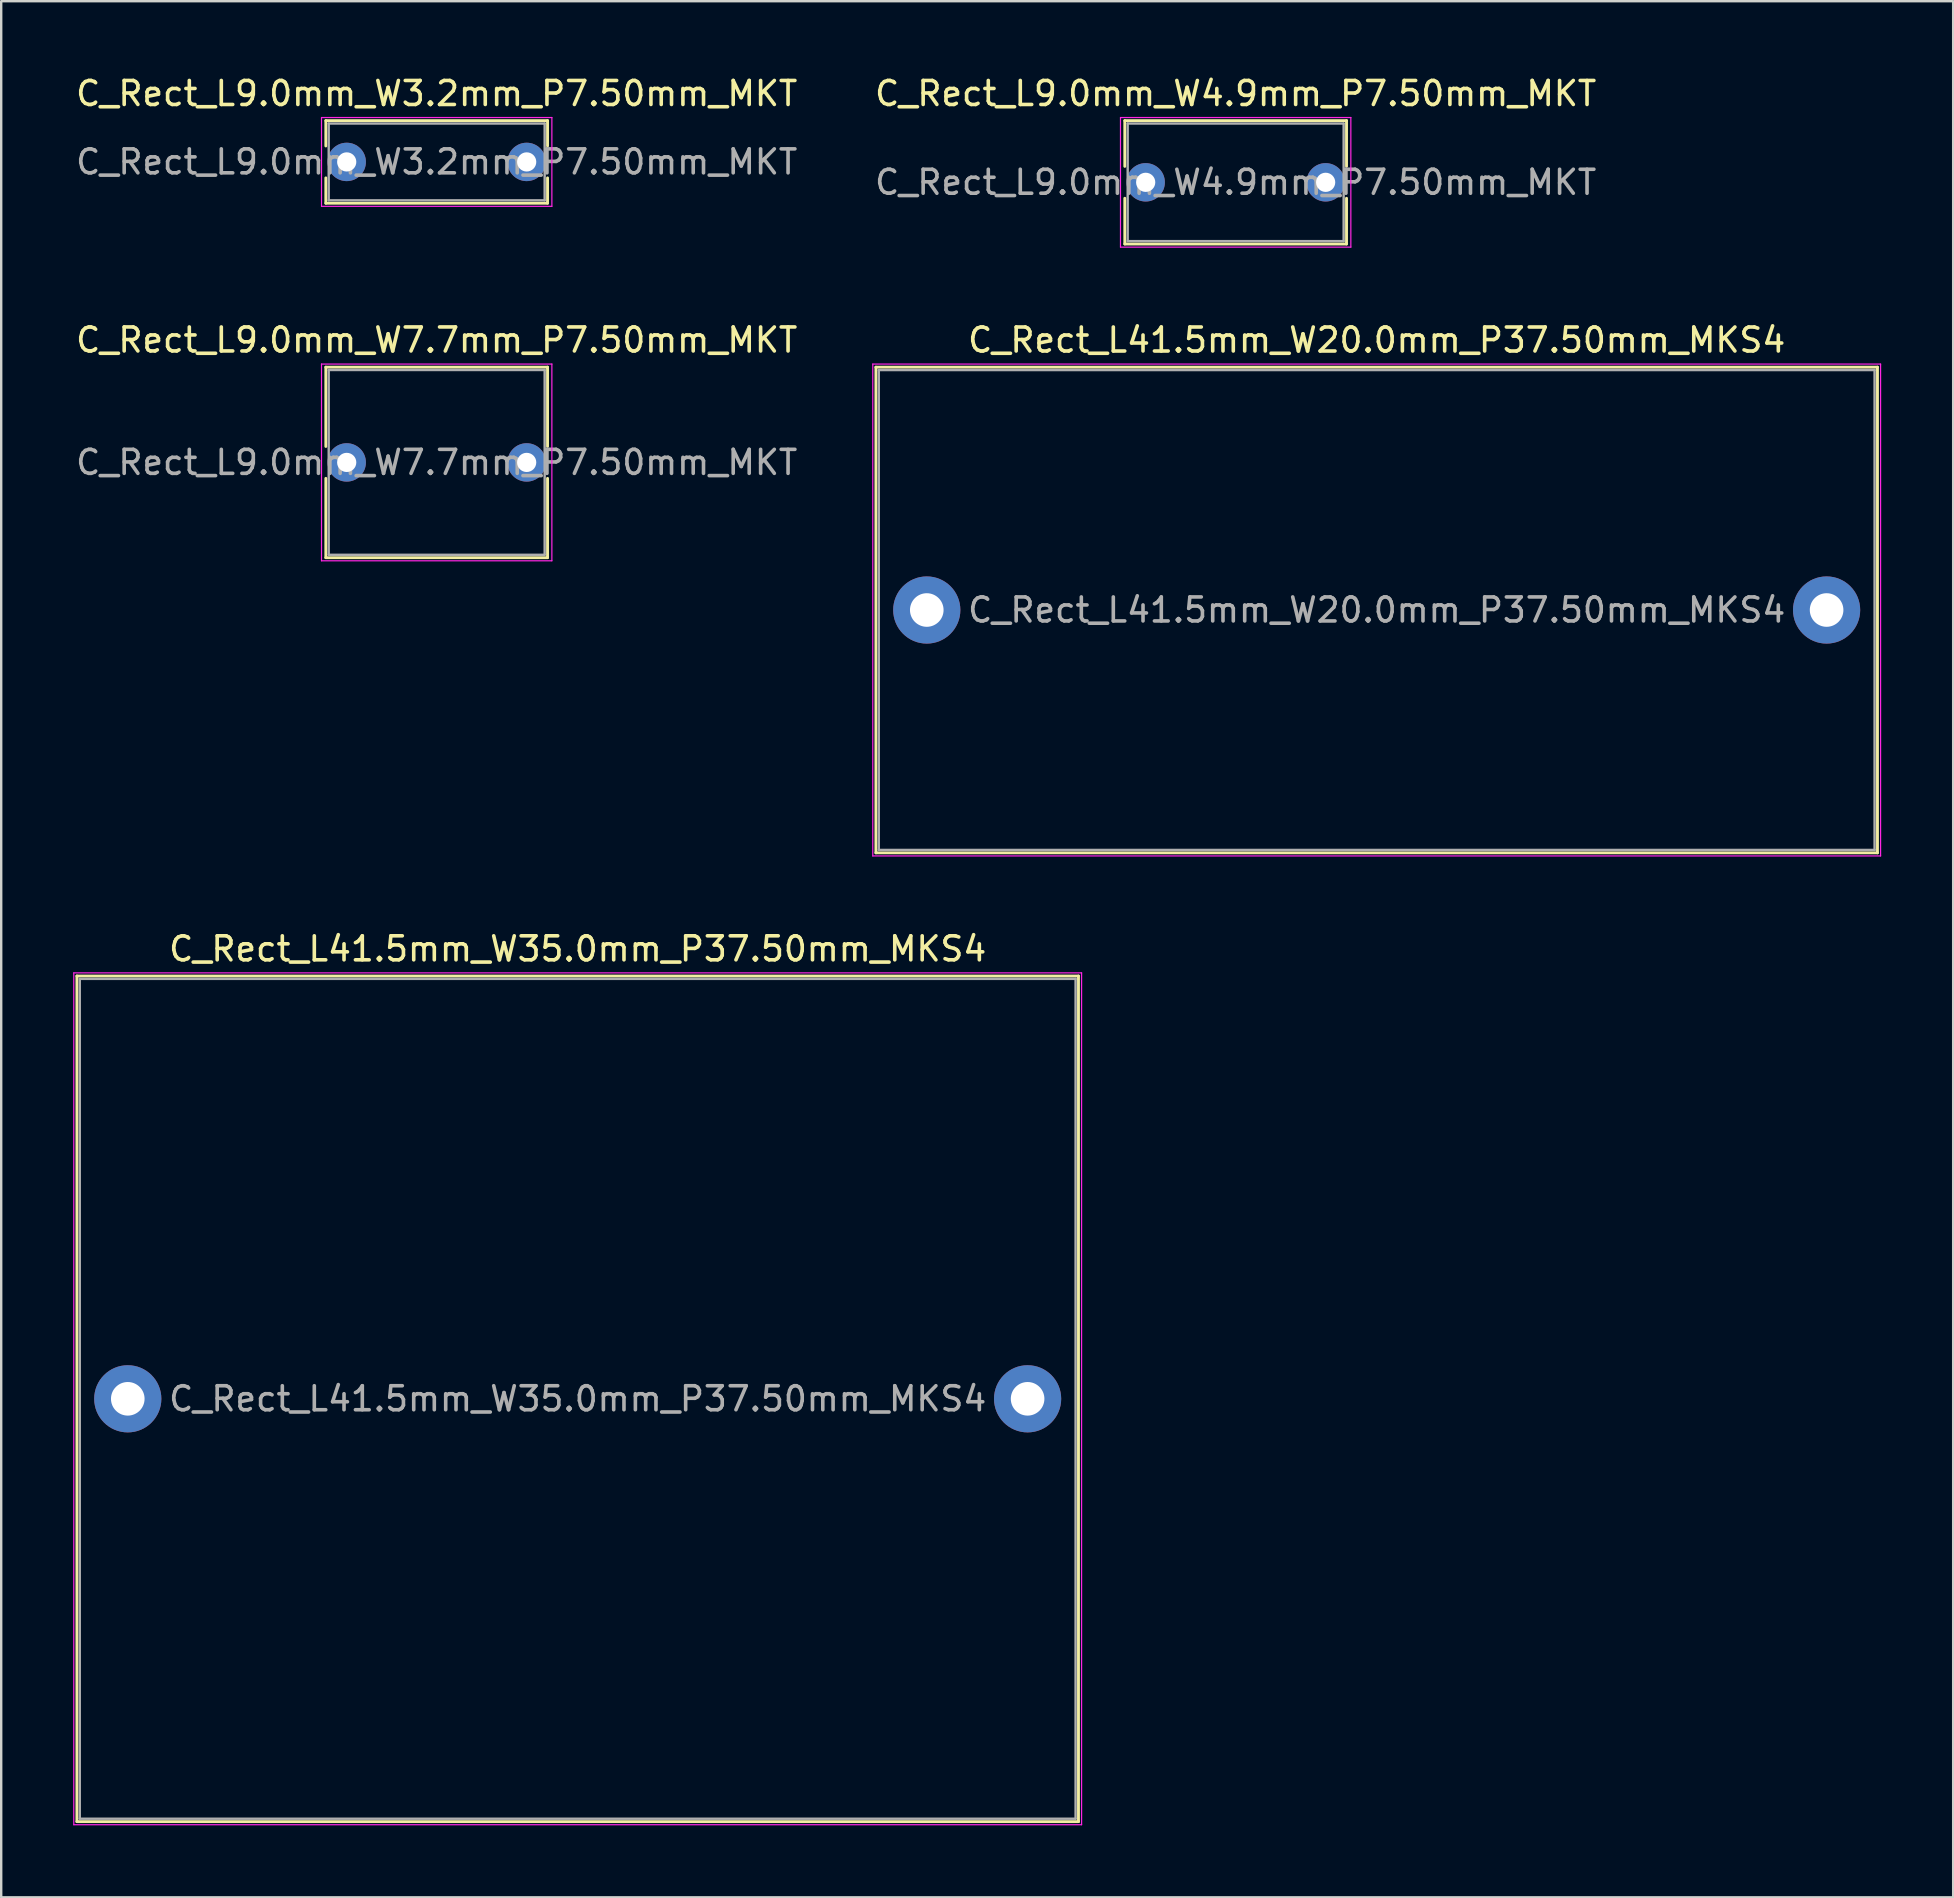
<source format=kicad_pcb>
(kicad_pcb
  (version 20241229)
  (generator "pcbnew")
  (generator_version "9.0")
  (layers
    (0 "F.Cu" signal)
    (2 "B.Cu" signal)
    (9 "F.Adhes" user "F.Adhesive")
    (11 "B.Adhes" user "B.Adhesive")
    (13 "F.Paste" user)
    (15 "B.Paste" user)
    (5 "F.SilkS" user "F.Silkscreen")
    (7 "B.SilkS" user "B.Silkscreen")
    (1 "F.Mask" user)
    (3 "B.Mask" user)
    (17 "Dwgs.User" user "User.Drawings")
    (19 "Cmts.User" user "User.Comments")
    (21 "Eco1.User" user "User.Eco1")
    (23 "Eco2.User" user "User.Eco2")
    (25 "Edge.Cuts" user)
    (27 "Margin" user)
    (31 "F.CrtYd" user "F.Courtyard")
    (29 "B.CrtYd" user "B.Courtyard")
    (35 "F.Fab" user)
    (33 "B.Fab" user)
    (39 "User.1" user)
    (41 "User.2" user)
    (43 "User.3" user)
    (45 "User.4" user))
  (footprint "C_Rect_L9.0mm_W7.7mm_P7.50mm_MKT"
    (layer "F.Cu")
    (at 11.399 16.221)
    (property "Reference" "C_Rect_L9.0mm_W7.7mm_P7.50mm_MKT" (at 3.75 -5.1 0) (layer "F.SilkS") (effects (font (size 1 1) (thickness 0.15))))
    (attr through_hole)
    (fp_line (start -0.87 -3.97) (end -0.87 -0.665) (stroke (width 0.12) (type solid)) (layer "F.SilkS"))
    (fp_line (start -0.87 -3.97) (end 8.37 -3.97) (stroke (width 0.12) (type solid)) (layer "F.SilkS"))
    (fp_line (start -0.87 0.665) (end -0.87 3.97) (stroke (width 0.12) (type solid)) (layer "F.SilkS"))
    (fp_line (start -0.87 3.97) (end 8.37 3.97) (stroke (width 0.12) (type solid)) (layer "F.SilkS"))
    (fp_line (start 8.37 -3.97) (end 8.37 -0.665) (stroke (width 0.12) (type solid)) (layer "F.SilkS"))
    (fp_line (start 8.37 0.665) (end 8.37 3.97) (stroke (width 0.12) (type solid)) (layer "F.SilkS"))
    (fp_line (start -1.05 -4.1) (end -1.05 4.1) (stroke (width 0.05) (type solid)) (layer "F.CrtYd"))
    (fp_line (start -1.05 4.1) (end 8.55 4.1) (stroke (width 0.05) (type solid)) (layer "F.CrtYd"))
    (fp_line (start 8.55 -4.1) (end -1.05 -4.1) (stroke (width 0.05) (type solid)) (layer "F.CrtYd"))
    (fp_line (start 8.55 4.1) (end 8.55 -4.1) (stroke (width 0.05) (type solid)) (layer "F.CrtYd"))
    (fp_line (start -0.75 -3.85) (end -0.75 3.85) (stroke (width 0.1) (type solid)) (layer "F.Fab"))
    (fp_line (start -0.75 3.85) (end 8.25 3.85) (stroke (width 0.1) (type solid)) (layer "F.Fab"))
    (fp_line (start 8.25 -3.85) (end -0.75 -3.85) (stroke (width 0.1) (type solid)) (layer "F.Fab"))
    (fp_line (start 8.25 3.85) (end 8.25 -3.85) (stroke (width 0.1) (type solid)) (layer "F.Fab"))
    (fp_text user "${REFERENCE}" (at 3.75 0 0) (layer "F.Fab") (effects (font (size 1 1) (thickness 0.15))))
    (pad "1" thru_hole circle (at 0 0) (size 1.6 1.6) (drill 0.8) (layers "*.Cu" "*.Mask"))
    (pad "2" thru_hole circle (at 7.5 0) (size 1.6 1.6) (drill 0.8) (layers "*.Cu" "*.Mask")))
  (footprint "C_Rect_L9.0mm_W3.2mm_P7.50mm_MKT"
    (layer "F.Cu")
    (at 11.399 3.698)
    (property "Reference" "C_Rect_L9.0mm_W3.2mm_P7.50mm_MKT" (at 3.75 -2.85 0) (layer "F.SilkS") (effects (font (size 1 1) (thickness 0.15))))
    (attr through_hole)
    (fp_line (start -0.87 -1.721) (end -0.87 -0.665) (stroke (width 0.12) (type solid)) (layer "F.SilkS"))
    (fp_line (start -0.87 -1.721) (end 8.37 -1.721) (stroke (width 0.12) (type solid)) (layer "F.SilkS"))
    (fp_line (start -0.87 0.665) (end -0.87 1.721) (stroke (width 0.12) (type solid)) (layer "F.SilkS"))
    (fp_line (start -0.87 1.721) (end 8.37 1.721) (stroke (width 0.12) (type solid)) (layer "F.SilkS"))
    (fp_line (start 8.37 -1.721) (end 8.37 -0.665) (stroke (width 0.12) (type solid)) (layer "F.SilkS"))
    (fp_line (start 8.37 0.665) (end 8.37 1.721) (stroke (width 0.12) (type solid)) (layer "F.SilkS"))
    (fp_line (start -1.05 -1.85) (end -1.05 1.85) (stroke (width 0.05) (type solid)) (layer "F.CrtYd"))
    (fp_line (start -1.05 1.85) (end 8.55 1.85) (stroke (width 0.05) (type solid)) (layer "F.CrtYd"))
    (fp_line (start 8.55 -1.85) (end -1.05 -1.85) (stroke (width 0.05) (type solid)) (layer "F.CrtYd"))
    (fp_line (start 8.55 1.85) (end 8.55 -1.85) (stroke (width 0.05) (type solid)) (layer "F.CrtYd"))
    (fp_line (start -0.75 -1.6) (end -0.75 1.6) (stroke (width 0.1) (type solid)) (layer "F.Fab"))
    (fp_line (start -0.75 1.6) (end 8.25 1.6) (stroke (width 0.1) (type solid)) (layer "F.Fab"))
    (fp_line (start 8.25 -1.6) (end -0.75 -1.6) (stroke (width 0.1) (type solid)) (layer "F.Fab"))
    (fp_line (start 8.25 1.6) (end 8.25 -1.6) (stroke (width 0.1) (type solid)) (layer "F.Fab"))
    (fp_text user "${REFERENCE}" (at 3.75 0 0) (layer "F.Fab") (effects (font (size 1 1) (thickness 0.15))))
    (pad "1" thru_hole circle (at 0 0) (size 1.6 1.6) (drill 0.8) (layers "*.Cu" "*.Mask"))
    (pad "2" thru_hole circle (at 7.5 0) (size 1.6 1.6) (drill 0.8) (layers "*.Cu" "*.Mask")))
  (footprint "C_Rect_L41.5mm_W20.0mm_P37.50mm_MKS4"
    (layer "F.Cu")
    (at 35.573 22.372)
    (property "Reference" "C_Rect_L41.5mm_W20.0mm_P37.50mm_MKS4" (at 18.75 -11.25 0) (layer "F.SilkS") (effects (font (size 1 1) (thickness 0.15))))
    (attr through_hole)
    (fp_line (start -2.12 -10.12) (end -2.12 10.12) (stroke (width 0.12) (type solid)) (layer "F.SilkS"))
    (fp_line (start -2.12 -10.12) (end 39.62 -10.12) (stroke (width 0.12) (type solid)) (layer "F.SilkS"))
    (fp_line (start -2.12 10.12) (end 39.62 10.12) (stroke (width 0.12) (type solid)) (layer "F.SilkS"))
    (fp_line (start 39.62 -10.12) (end 39.62 10.12) (stroke (width 0.12) (type solid)) (layer "F.SilkS"))
    (fp_line (start -2.25 -10.25) (end -2.25 10.25) (stroke (width 0.05) (type solid)) (layer "F.CrtYd"))
    (fp_line (start -2.25 10.25) (end 39.75 10.25) (stroke (width 0.05) (type solid)) (layer "F.CrtYd"))
    (fp_line (start 39.75 -10.25) (end -2.25 -10.25) (stroke (width 0.05) (type solid)) (layer "F.CrtYd"))
    (fp_line (start 39.75 10.25) (end 39.75 -10.25) (stroke (width 0.05) (type solid)) (layer "F.CrtYd"))
    (fp_line (start -2 -10) (end -2 10) (stroke (width 0.1) (type solid)) (layer "F.Fab"))
    (fp_line (start -2 10) (end 39.5 10) (stroke (width 0.1) (type solid)) (layer "F.Fab"))
    (fp_line (start 39.5 -10) (end -2 -10) (stroke (width 0.1) (type solid)) (layer "F.Fab"))
    (fp_line (start 39.5 10) (end 39.5 -10) (stroke (width 0.1) (type solid)) (layer "F.Fab"))
    (fp_text user "${REFERENCE}" (at 18.75 0 0) (layer "F.Fab") (effects (font (size 1 1) (thickness 0.15))))
    (pad "1" thru_hole circle (at 0 0) (size 2.8 2.8) (drill 1.4) (layers "*.Cu" "*.Mask"))
    (pad "2" thru_hole circle (at 37.5 0) (size 2.8 2.8) (drill 1.4) (layers "*.Cu" "*.Mask")))
  (footprint "C_Rect_L9.0mm_W4.9mm_P7.50mm_MKT"
    (layer "F.Cu")
    (at 44.696 4.548)
    (property "Reference" "C_Rect_L9.0mm_W4.9mm_P7.50mm_MKT" (at 3.75 -3.7 0) (layer "F.SilkS") (effects (font (size 1 1) (thickness 0.15))))
    (attr through_hole)
    (fp_line (start -0.87 -2.571) (end -0.87 -0.665) (stroke (width 0.12) (type solid)) (layer "F.SilkS"))
    (fp_line (start -0.87 -2.571) (end 8.37 -2.571) (stroke (width 0.12) (type solid)) (layer "F.SilkS"))
    (fp_line (start -0.87 0.665) (end -0.87 2.571) (stroke (width 0.12) (type solid)) (layer "F.SilkS"))
    (fp_line (start -0.87 2.571) (end 8.37 2.571) (stroke (width 0.12) (type solid)) (layer "F.SilkS"))
    (fp_line (start 8.37 -2.571) (end 8.37 -0.665) (stroke (width 0.12) (type solid)) (layer "F.SilkS"))
    (fp_line (start 8.37 0.665) (end 8.37 2.571) (stroke (width 0.12) (type solid)) (layer "F.SilkS"))
    (fp_line (start -1.05 -2.7) (end -1.05 2.7) (stroke (width 0.05) (type solid)) (layer "F.CrtYd"))
    (fp_line (start -1.05 2.7) (end 8.55 2.7) (stroke (width 0.05) (type solid)) (layer "F.CrtYd"))
    (fp_line (start 8.55 -2.7) (end -1.05 -2.7) (stroke (width 0.05) (type solid)) (layer "F.CrtYd"))
    (fp_line (start 8.55 2.7) (end 8.55 -2.7) (stroke (width 0.05) (type solid)) (layer "F.CrtYd"))
    (fp_line (start -0.75 -2.45) (end -0.75 2.45) (stroke (width 0.1) (type solid)) (layer "F.Fab"))
    (fp_line (start -0.75 2.45) (end 8.25 2.45) (stroke (width 0.1) (type solid)) (layer "F.Fab"))
    (fp_line (start 8.25 -2.45) (end -0.75 -2.45) (stroke (width 0.1) (type solid)) (layer "F.Fab"))
    (fp_line (start 8.25 2.45) (end 8.25 -2.45) (stroke (width 0.1) (type solid)) (layer "F.Fab"))
    (fp_text user "${REFERENCE}" (at 3.75 0 0) (layer "F.Fab") (effects (font (size 1 1) (thickness 0.15))))
    (pad "1" thru_hole circle (at 0 0) (size 1.6 1.6) (drill 0.8) (layers "*.Cu" "*.Mask"))
    (pad "2" thru_hole circle (at 7.5 0) (size 1.6 1.6) (drill 0.8) (layers "*.Cu" "*.Mask")))
  (footprint "C_Rect_L41.5mm_W35.0mm_P37.50mm_MKS4"
    (layer "F.Cu")
    (at 2.275 55.245)
    (property "Reference" "C_Rect_L41.5mm_W35.0mm_P37.50mm_MKS4" (at 18.75 -18.75 0) (layer "F.SilkS") (effects (font (size 1 1) (thickness 0.15))))
    (attr through_hole)
    (fp_line (start -2.12 -17.62) (end -2.12 17.62) (stroke (width 0.12) (type solid)) (layer "F.SilkS"))
    (fp_line (start -2.12 -17.62) (end 39.62 -17.62) (stroke (width 0.12) (type solid)) (layer "F.SilkS"))
    (fp_line (start -2.12 17.62) (end 39.62 17.62) (stroke (width 0.12) (type solid)) (layer "F.SilkS"))
    (fp_line (start 39.62 -17.62) (end 39.62 17.62) (stroke (width 0.12) (type solid)) (layer "F.SilkS"))
    (fp_line (start -2.25 -17.75) (end -2.25 17.75) (stroke (width 0.05) (type solid)) (layer "F.CrtYd"))
    (fp_line (start -2.25 17.75) (end 39.75 17.75) (stroke (width 0.05) (type solid)) (layer "F.CrtYd"))
    (fp_line (start 39.75 -17.75) (end -2.25 -17.75) (stroke (width 0.05) (type solid)) (layer "F.CrtYd"))
    (fp_line (start 39.75 17.75) (end 39.75 -17.75) (stroke (width 0.05) (type solid)) (layer "F.CrtYd"))
    (fp_line (start -2 -17.5) (end -2 17.5) (stroke (width 0.1) (type solid)) (layer "F.Fab"))
    (fp_line (start -2 17.5) (end 39.5 17.5) (stroke (width 0.1) (type solid)) (layer "F.Fab"))
    (fp_line (start 39.5 -17.5) (end -2 -17.5) (stroke (width 0.1) (type solid)) (layer "F.Fab"))
    (fp_line (start 39.5 17.5) (end 39.5 -17.5) (stroke (width 0.1) (type solid)) (layer "F.Fab"))
    (fp_text user "${REFERENCE}" (at 18.75 0 0) (layer "F.Fab") (effects (font (size 1 1) (thickness 0.15))))
    (pad "1" thru_hole circle (at 0 0) (size 2.8 2.8) (drill 1.4) (layers "*.Cu" "*.Mask"))
    (pad "2" thru_hole circle (at 37.5 0) (size 2.8 2.8) (drill 1.4) (layers "*.Cu" "*.Mask")))
  (gr_rect
    (start -3 -3)
    (end 78.348 76.02)
    (stroke (width 0.1) (type default))
    (fill no)
    (layer "Edge.Cuts")))
</source>
